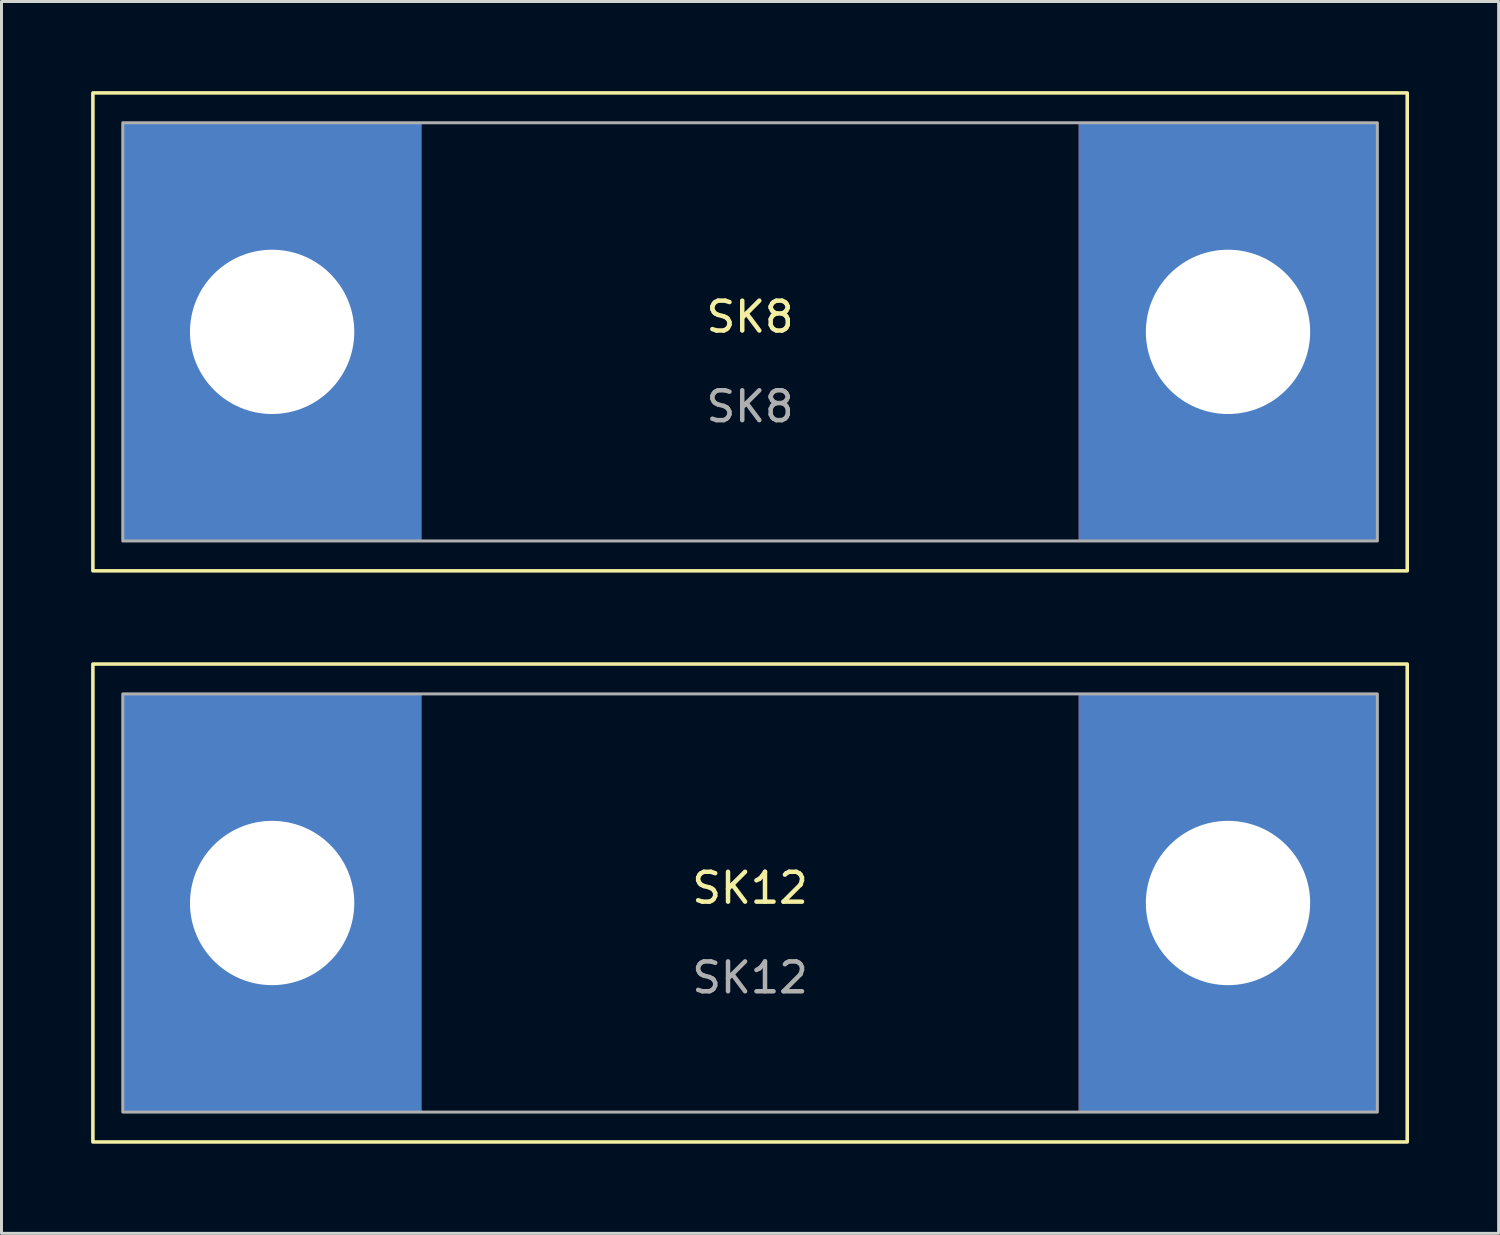
<source format=kicad_pcb>
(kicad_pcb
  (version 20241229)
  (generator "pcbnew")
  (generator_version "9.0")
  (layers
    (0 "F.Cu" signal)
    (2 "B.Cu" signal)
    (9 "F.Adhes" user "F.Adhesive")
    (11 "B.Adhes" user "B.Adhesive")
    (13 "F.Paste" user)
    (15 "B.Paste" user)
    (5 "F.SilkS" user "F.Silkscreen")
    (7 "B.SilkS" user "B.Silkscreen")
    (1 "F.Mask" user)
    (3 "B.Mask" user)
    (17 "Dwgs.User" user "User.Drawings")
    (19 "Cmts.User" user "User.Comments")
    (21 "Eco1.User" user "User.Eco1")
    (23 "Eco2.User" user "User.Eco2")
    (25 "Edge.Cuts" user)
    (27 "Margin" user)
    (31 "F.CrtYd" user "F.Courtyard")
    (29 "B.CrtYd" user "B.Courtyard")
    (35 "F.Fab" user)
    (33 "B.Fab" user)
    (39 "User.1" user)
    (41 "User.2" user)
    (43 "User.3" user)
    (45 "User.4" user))
  (footprint "SK12"
    (layer "F.Cu")
    (at 22.06 27.18)
    (property "Reference" "SK12" (at 0 -0.5 0) (unlocked yes) (layer "F.SilkS") (effects (font (size 1 1) (thickness 0.15))))
    (fp_rect (start -22 -8) (end 22 8) (stroke (width 0.12) (type solid)) (fill no) (layer "F.SilkS"))
    (fp_rect (start 21 7) (end -21 -7) (stroke (width 0.1) (type solid)) (fill no) (layer "F.Fab"))
    (fp_text user "${REFERENCE}" (at 0 2.5 0) (unlocked yes) (layer "F.Fab") (effects (font (size 1 1) (thickness 0.15))))
    (pad "" np_thru_hole custom (at -16 0) (size 10 14) (drill 5.5) (layers "*.Cu" "*.Mask") (options (anchor rect)) (primitives))
    (pad "" np_thru_hole custom (at 16 0) (size 10 14) (drill 5.5) (layers "*.Cu" "*.Mask") (options (anchor rect)) (primitives)))
  (footprint "SK8"
    (layer "F.Cu")
    (at 22.06 8.06)
    (property "Reference" "SK8" (at 0 -0.5 0) (unlocked yes) (layer "F.SilkS") (effects (font (size 1 1) (thickness 0.15))))
    (fp_rect (start -22 -8) (end 22 8) (stroke (width 0.12) (type solid)) (fill no) (layer "F.SilkS"))
    (fp_rect (start 21 7) (end -21 -7) (stroke (width 0.1) (type solid)) (fill no) (layer "F.Fab"))
    (fp_text user "${REFERENCE}" (at 0 2.5 0) (unlocked yes) (layer "F.Fab") (effects (font (size 1 1) (thickness 0.15))))
    (pad "" np_thru_hole custom (at -16 0) (size 10 14) (drill 5.5) (layers "*.Cu" "*.Mask") (options (anchor rect)) (primitives))
    (pad "" np_thru_hole custom (at 16 0) (size 10 14) (drill 5.5) (layers "*.Cu" "*.Mask") (options (anchor rect)) (primitives)))
  (gr_rect
    (start -3 -3)
    (end 47.12 38.24)
    (stroke (width 0.1) (type default))
    (fill no)
    (layer "Edge.Cuts")))
</source>
